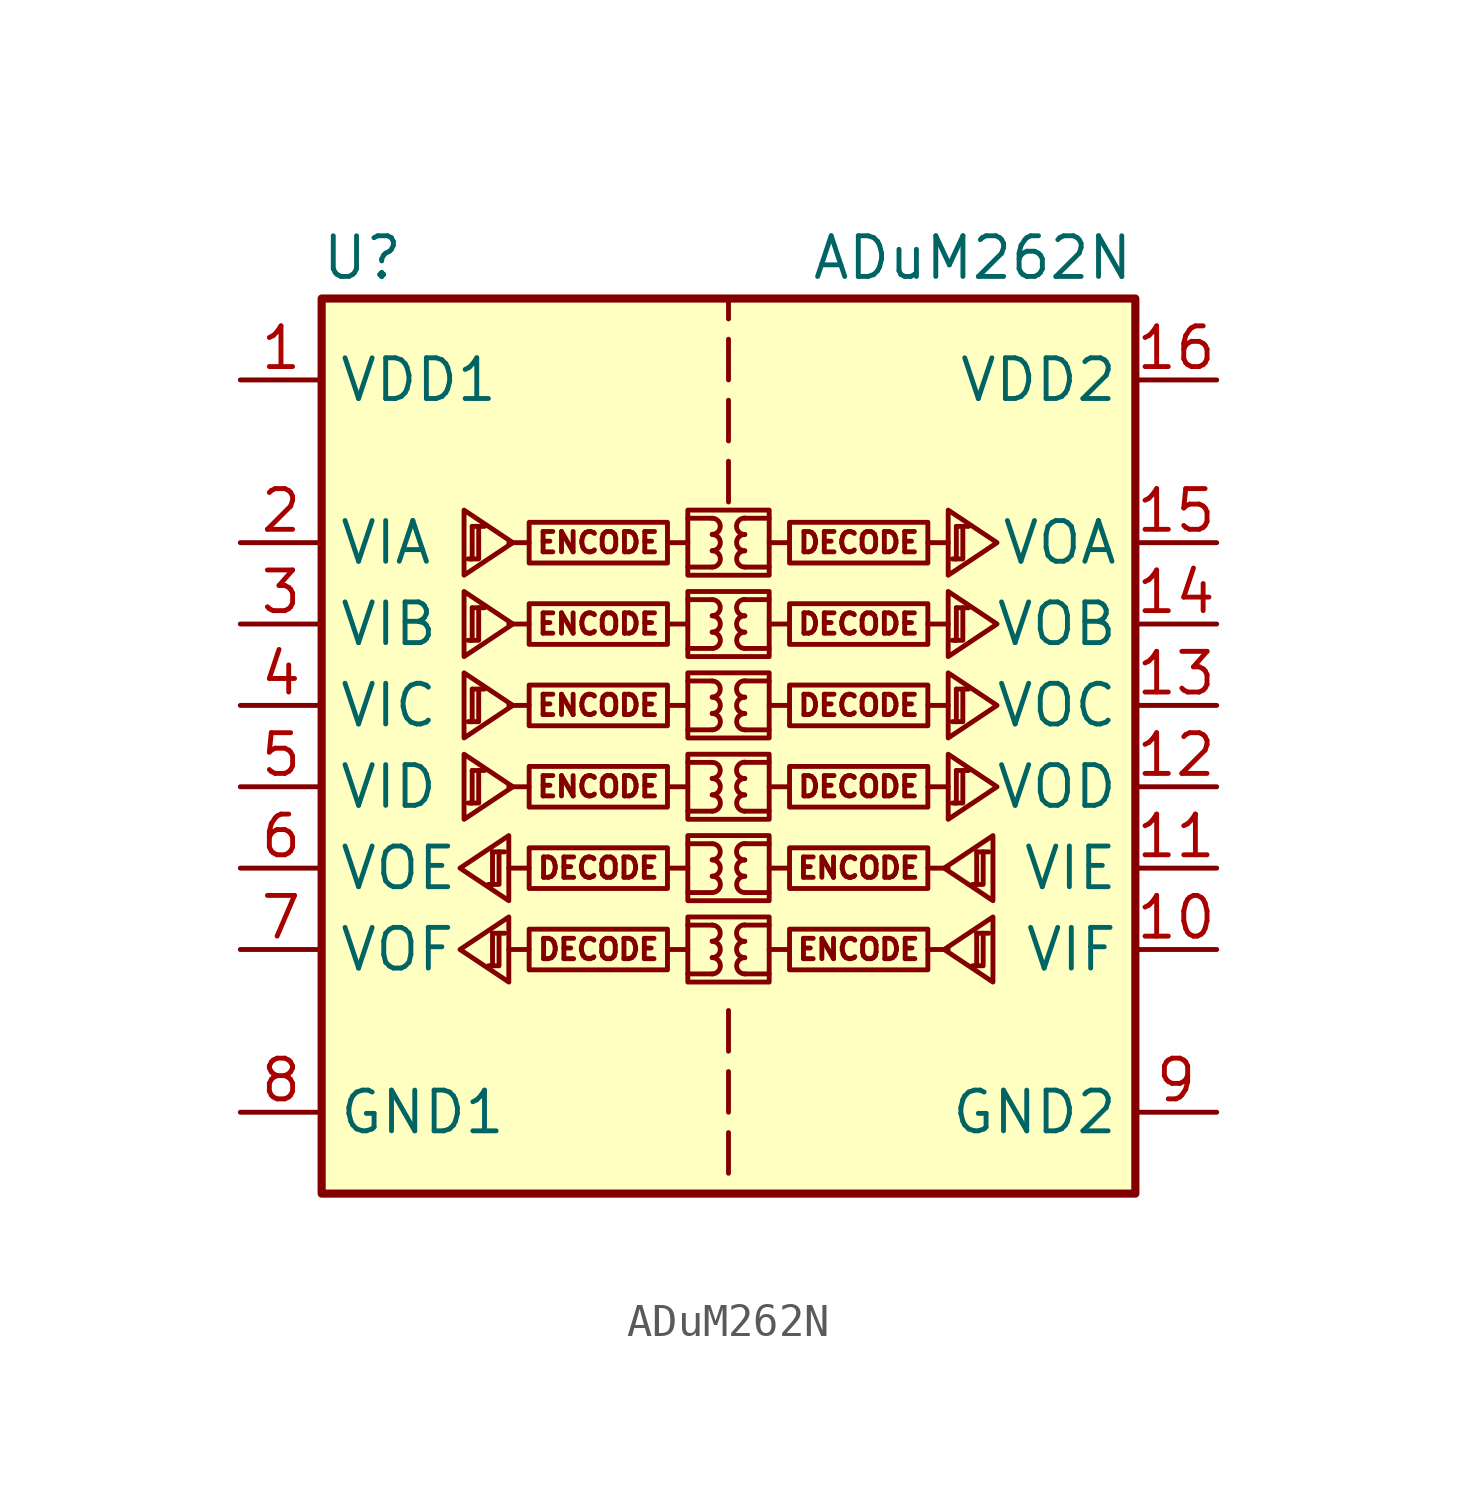
<source format=kicad_sym>
(kicad_symbol_lib
  (version 20201005)
  (generator kicad_symbol_editor)
  (symbol "ADuM262N"
    (property "Reference" "U"
      (at -11.43 16.51 0)
      (effects (font (size 1.27 1.27))))
    (property "Value" "ADuM262N"
      (at 7.62 16.51 0)
      (effects (font (size 1.27 1.27))))
    (symbol "ADuM262N_1_0"
      (arc (start -0.508 -5.842) (end -0.508 -5.334) (radius (at -0.508 -5.588) (length 0.254) (angles -89.9 89.9)) (stroke (width 0)) (fill (type none)))
      (arc (start -0.508 -5.334) (end -0.508 -4.826) (radius (at -0.508 -5.08) (length 0.254) (angles -89.9 89.9)) (stroke (width 0)) (fill (type none)))
      (arc (start -0.508 -4.826) (end -0.508 -4.318) (radius (at -0.508 -4.572) (length 0.254) (angles -89.9 89.9)) (stroke (width 0)) (fill (type none)))
      (arc (start -0.508 -3.302) (end -0.508 -2.794) (radius (at -0.508 -3.048) (length 0.254) (angles -89.9 89.9)) (stroke (width 0)) (fill (type none)))
      (arc (start -0.508 -2.794) (end -0.508 -2.286) (radius (at -0.508 -2.54) (length 0.254) (angles -89.9 89.9)) (stroke (width 0)) (fill (type none)))
      (arc (start -0.508 -2.286) (end -0.508 -1.778) (radius (at -0.508 -2.032) (length 0.254) (angles -89.9 89.9)) (stroke (width 0)) (fill (type none)))
      (arc (start -0.508 -0.762) (end -0.508 -0.254) (radius (at -0.508 -0.508) (length 0.254) (angles -89.9 89.9)) (stroke (width 0)) (fill (type none)))
      (arc (start -0.508 -0.254) (end -0.508 0.254) (radius (at -0.508 0) (length 0.254) (angles -89.9 89.9)) (stroke (width 0)) (fill (type none)))
      (arc (start -0.508 0.254) (end -0.508 0.762) (radius (at -0.508 0.508) (length 0.254) (angles -89.9 89.9)) (stroke (width 0)) (fill (type none)))
      (arc (start -0.508 1.778) (end -0.508 2.286) (radius (at -0.508 2.032) (length 0.254) (angles -89.9 89.9)) (stroke (width 0)) (fill (type none)))
      (arc (start -0.508 2.286) (end -0.508 2.794) (radius (at -0.508 2.54) (length 0.254) (angles -89.9 89.9)) (stroke (width 0)) (fill (type none)))
      (arc (start -0.508 2.794) (end -0.508 3.302) (radius (at -0.508 3.048) (length 0.254) (angles -89.9 89.9)) (stroke (width 0)) (fill (type none)))
      (arc (start -0.508 4.318) (end -0.508 4.826) (radius (at -0.508 4.572) (length 0.254) (angles -89.9 89.9)) (stroke (width 0)) (fill (type none)))
      (arc (start -0.508 4.826) (end -0.508 5.334) (radius (at -0.508 5.08) (length 0.254) (angles -89.9 89.9)) (stroke (width 0)) (fill (type none)))
      (arc (start -0.508 5.334) (end -0.508 5.842) (radius (at -0.508 5.588) (length 0.254) (angles -89.9 89.9)) (stroke (width 0)) (fill (type none)))
      (arc (start -0.508 6.858) (end -0.508 7.366) (radius (at -0.508 7.112) (length 0.254) (angles -89.9 89.9)) (stroke (width 0)) (fill (type none)))
      (arc (start -0.508 7.366) (end -0.508 7.874) (radius (at -0.508 7.62) (length 0.254) (angles -89.9 89.9)) (stroke (width 0)) (fill (type none)))
      (arc (start -0.508 7.874) (end -0.508 8.382) (radius (at -0.508 8.128) (length 0.254) (angles -89.9 89.9)) (stroke (width 0)) (fill (type none)))
      (arc (start 0.508 -5.334) (end 0.508 -5.842) (radius (at 0.508 -5.588) (length 0.254) (angles 90.1 -90.1)) (stroke (width 0)) (fill (type none)))
      (arc (start 0.508 -4.826) (end 0.508 -5.334) (radius (at 0.508 -5.08) (length 0.254) (angles 90.1 -90.1)) (stroke (width 0)) (fill (type none)))
      (arc (start 0.508 -4.318) (end 0.508 -4.826) (radius (at 0.508 -4.572) (length 0.254) (angles 90.1 -90.1)) (stroke (width 0)) (fill (type none)))
      (arc (start 0.508 -2.794) (end 0.508 -3.302) (radius (at 0.508 -3.048) (length 0.254) (angles 90.1 -90.1)) (stroke (width 0)) (fill (type none)))
      (arc (start 0.508 -2.286) (end 0.508 -2.794) (radius (at 0.508 -2.54) (length 0.254) (angles 90.1 -90.1)) (stroke (width 0)) (fill (type none)))
      (arc (start 0.508 -1.778) (end 0.508 -2.286) (radius (at 0.508 -2.032) (length 0.254) (angles 90.1 -90.1)) (stroke (width 0)) (fill (type none)))
      (arc (start 0.508 -0.254) (end 0.508 -0.762) (radius (at 0.508 -0.508) (length 0.254) (angles 90.1 -90.1)) (stroke (width 0)) (fill (type none)))
      (arc (start 0.508 0.254) (end 0.508 -0.254) (radius (at 0.508 0) (length 0.254) (angles 90.1 -90.1)) (stroke (width 0)) (fill (type none)))
      (arc (start 0.508 0.762) (end 0.508 0.254) (radius (at 0.508 0.508) (length 0.254) (angles 90.1 -90.1)) (stroke (width 0)) (fill (type none)))
      (arc (start 0.508 2.286) (end 0.508 1.778) (radius (at 0.508 2.032) (length 0.254) (angles 90.1 -90.1)) (stroke (width 0)) (fill (type none)))
      (arc (start 0.508 2.794) (end 0.508 2.286) (radius (at 0.508 2.54) (length 0.254) (angles 90.1 -90.1)) (stroke (width 0)) (fill (type none)))
      (arc (start 0.508 3.302) (end 0.508 2.794) (radius (at 0.508 3.048) (length 0.254) (angles 90.1 -90.1)) (stroke (width 0)) (fill (type none)))
      (arc (start 0.508 4.826) (end 0.508 4.318) (radius (at 0.508 4.572) (length 0.254) (angles 90.1 -90.1)) (stroke (width 0)) (fill (type none)))
      (arc (start 0.508 5.334) (end 0.508 4.826) (radius (at 0.508 5.08) (length 0.254) (angles 90.1 -90.1)) (stroke (width 0)) (fill (type none)))
      (arc (start 0.508 5.842) (end 0.508 5.334) (radius (at 0.508 5.588) (length 0.254) (angles 90.1 -90.1)) (stroke (width 0)) (fill (type none)))
      (arc (start 0.508 7.366) (end 0.508 6.858) (radius (at 0.508 7.112) (length 0.254) (angles 90.1 -90.1)) (stroke (width 0)) (fill (type none)))
      (arc (start 0.508 7.874) (end 0.508 7.366) (radius (at 0.508 7.62) (length 0.254) (angles 90.1 -90.1)) (stroke (width 0)) (fill (type none)))
      (arc (start 0.508 8.382) (end 0.508 7.874) (radius (at 0.508 8.128) (length 0.254) (angles 90.1 -90.1)) (stroke (width 0)) (fill (type none)))
      (text "DECODE" (at -4.064 -5.08 0) (effects (font (size 0.635 0.635))))
      (text "DECODE" (at -4.064 -2.54 0) (effects (font (size 0.635 0.635))))
      (text "DECODE" (at 4.064 0 0) (effects (font (size 0.635 0.635))))
      (text "DECODE" (at 4.064 2.54 0) (effects (font (size 0.635 0.635))))
      (text "DECODE" (at 4.064 5.08 0) (effects (font (size 0.635 0.635))))
      (text "DECODE" (at 4.064 7.62 0) (effects (font (size 0.635 0.635))))
      (text "ENCODE" (at -4.064 0 0) (effects (font (size 0.635 0.635))))
      (text "ENCODE" (at -4.064 2.54 0) (effects (font (size 0.635 0.635))))
      (text "ENCODE" (at -4.064 5.08 0) (effects (font (size 0.635 0.635))))
      (text "ENCODE" (at -4.064 7.62 0) (effects (font (size 0.635 0.635))))
      (text "ENCODE" (at 4.064 -5.08 0) (effects (font (size 0.635 0.635))))
      (text "ENCODE" (at 4.064 -2.54 0) (effects (font (size 0.635 0.635))))
      (rectangle (start -1.27 -4.064) (end 1.27 -6.096) (stroke (width 0)) (fill (type none)))
      (rectangle (start -1.27 -1.524) (end 1.27 -3.556) (stroke (width 0)) (fill (type none)))
      (rectangle (start -1.27 1.016) (end 1.27 -1.016) (stroke (width 0)) (fill (type none)))
      (rectangle (start -1.27 3.556) (end 1.27 1.524) (stroke (width 0)) (fill (type none)))
      (rectangle (start -1.27 6.096) (end 1.27 4.064) (stroke (width 0)) (fill (type none)))
      (rectangle (start -1.27 8.636) (end 1.27 6.604) (stroke (width 0)) (fill (type none)))
      (rectangle (start 1.905 -4.445) (end 6.223 -5.715) (stroke (width 0)) (fill (type none)))
      (rectangle (start 1.905 -1.905) (end 6.223 -3.175) (stroke (width 0)) (fill (type none)))
      (rectangle (start 1.905 0.635) (end 6.223 -0.635) (stroke (width 0)) (fill (type none)))
      (rectangle (start 1.905 3.175) (end 6.223 1.905) (stroke (width 0)) (fill (type none)))
      (rectangle (start 1.905 5.715) (end 6.223 4.445) (stroke (width 0)) (fill (type none)))
      (rectangle (start 1.905 8.255) (end 6.223 6.985) (stroke (width 0)) (fill (type none)))
      (polyline (pts (xy -6.223 -5.08) (xy -6.858 -5.08)) (stroke (width 0)) (fill (type none)))
      (polyline (pts (xy -6.223 -2.54) (xy -6.858 -2.54)) (stroke (width 0)) (fill (type none)))
      (polyline (pts (xy -6.223 0) (xy -6.858 0)) (stroke (width 0)) (fill (type none)))
      (polyline (pts (xy -6.223 2.54) (xy -6.858 2.54)) (stroke (width 0)) (fill (type none)))
      (polyline (pts (xy -6.223 5.08) (xy -6.858 5.08)) (stroke (width 0)) (fill (type none)))
      (polyline (pts (xy -6.223 7.62) (xy -6.858 7.62)) (stroke (width 0)) (fill (type none)))
      (polyline (pts (xy -1.905 -5.08) (xy -1.27 -5.08)) (stroke (width 0)) (fill (type none)))
      (polyline (pts (xy -1.905 -2.54) (xy -1.27 -2.54)) (stroke (width 0)) (fill (type none)))
      (polyline (pts (xy -1.905 0) (xy -1.27 0)) (stroke (width 0)) (fill (type none)))
      (polyline (pts (xy -1.905 2.54) (xy -1.27 2.54)) (stroke (width 0)) (fill (type none)))
      (polyline (pts (xy -1.905 5.08) (xy -1.27 5.08)) (stroke (width 0)) (fill (type none)))
      (polyline (pts (xy -1.905 7.62) (xy -1.27 7.62)) (stroke (width 0)) (fill (type none)))
      (polyline (pts (xy -1.27 -5.842) (xy -0.508 -5.842)) (stroke (width 0)) (fill (type none)))
      (polyline (pts (xy -1.27 -4.318) (xy -0.508 -4.318)) (stroke (width 0)) (fill (type none)))
      (polyline (pts (xy -1.27 -3.302) (xy -0.508 -3.302)) (stroke (width 0)) (fill (type none)))
      (polyline (pts (xy -1.27 -1.778) (xy -0.508 -1.778)) (stroke (width 0)) (fill (type none)))
      (polyline (pts (xy -1.27 -0.762) (xy -0.508 -0.762)) (stroke (width 0)) (fill (type none)))
      (polyline (pts (xy -1.27 0.762) (xy -0.508 0.762)) (stroke (width 0)) (fill (type none)))
      (polyline (pts (xy -1.27 1.778) (xy -0.508 1.778)) (stroke (width 0)) (fill (type none)))
      (polyline (pts (xy -1.27 3.302) (xy -0.508 3.302)) (stroke (width 0)) (fill (type none)))
      (polyline (pts (xy -1.27 4.318) (xy -0.508 4.318)) (stroke (width 0)) (fill (type none)))
      (polyline (pts (xy -1.27 5.842) (xy -0.508 5.842)) (stroke (width 0)) (fill (type none)))
      (polyline (pts (xy -1.27 6.858) (xy -0.508 6.858)) (stroke (width 0)) (fill (type none)))
      (polyline (pts (xy -1.27 8.382) (xy -0.508 8.382)) (stroke (width 0)) (fill (type none)))
      (polyline (pts (xy 0 -10.795) (xy 0 -12.065)) (stroke (width 0)) (fill (type none)))
      (polyline (pts (xy 0 -8.89) (xy 0 -10.16)) (stroke (width 0)) (fill (type none)))
      (polyline (pts (xy 0 -6.985) (xy 0 -8.255)) (stroke (width 0)) (fill (type none)))
      (polyline (pts (xy 0 8.89) (xy 0 10.16)) (stroke (width 0)) (fill (type none)))
      (polyline (pts (xy 0 10.795) (xy 0 12.065)) (stroke (width 0)) (fill (type none)))
      (polyline (pts (xy 0 12.7) (xy 0 13.97)) (stroke (width 0)) (fill (type none)))
      (polyline (pts (xy 0 15.24) (xy 0 14.605)) (stroke (width 0)) (fill (type none)))
      (polyline (pts (xy 1.27 -5.842) (xy 0.508 -5.842)) (stroke (width 0)) (fill (type none)))
      (polyline (pts (xy 1.27 -4.318) (xy 0.508 -4.318)) (stroke (width 0)) (fill (type none)))
      (polyline (pts (xy 1.27 -3.302) (xy 0.508 -3.302)) (stroke (width 0)) (fill (type none)))
      (polyline (pts (xy 1.27 -1.778) (xy 0.508 -1.778)) (stroke (width 0)) (fill (type none)))
      (polyline (pts (xy 1.27 -0.762) (xy 0.508 -0.762)) (stroke (width 0)) (fill (type none)))
      (polyline (pts (xy 1.27 0.762) (xy 0.508 0.762)) (stroke (width 0)) (fill (type none)))
      (polyline (pts (xy 1.27 1.778) (xy 0.508 1.778)) (stroke (width 0)) (fill (type none)))
      (polyline (pts (xy 1.27 3.302) (xy 0.508 3.302)) (stroke (width 0)) (fill (type none)))
      (polyline (pts (xy 1.27 4.318) (xy 0.508 4.318)) (stroke (width 0)) (fill (type none)))
      (polyline (pts (xy 1.27 5.842) (xy 0.508 5.842)) (stroke (width 0)) (fill (type none)))
      (polyline (pts (xy 1.27 6.858) (xy 0.508 6.858)) (stroke (width 0)) (fill (type none)))
      (polyline (pts (xy 1.27 8.382) (xy 0.508 8.382)) (stroke (width 0)) (fill (type none)))
      (polyline (pts (xy 1.905 -5.08) (xy 1.27 -5.08)) (stroke (width 0)) (fill (type none)))
      (polyline (pts (xy 1.905 -2.54) (xy 1.27 -2.54)) (stroke (width 0)) (fill (type none)))
      (polyline (pts (xy 1.905 0) (xy 1.27 0)) (stroke (width 0)) (fill (type none)))
      (polyline (pts (xy 1.905 2.54) (xy 1.27 2.54)) (stroke (width 0)) (fill (type none)))
      (polyline (pts (xy 1.905 5.08) (xy 1.27 5.08)) (stroke (width 0)) (fill (type none)))
      (polyline (pts (xy 1.905 7.62) (xy 1.27 7.62)) (stroke (width 0)) (fill (type none)))
      (polyline (pts (xy 6.223 -5.08) (xy 6.858 -5.08)) (stroke (width 0)) (fill (type none)))
      (polyline (pts (xy 6.223 -2.54) (xy 6.858 -2.54)) (stroke (width 0)) (fill (type none)))
      (polyline (pts (xy 6.223 0) (xy 6.858 0)) (stroke (width 0)) (fill (type none)))
      (polyline (pts (xy 6.223 2.54) (xy 6.858 2.54)) (stroke (width 0)) (fill (type none)))
      (polyline (pts (xy 6.223 5.08) (xy 6.858 5.08)) (stroke (width 0)) (fill (type none)))
      (polyline (pts (xy 6.223 7.62) (xy 6.858 7.62)) (stroke (width 0)) (fill (type none))))
    (symbol "ADuM262N_1_1"
      (rectangle (start -1.905 -4.445) (end -6.223 -5.715) (stroke (width 0)) (fill (type none)))
      (rectangle (start -1.905 -1.905) (end -6.223 -3.175) (stroke (width 0)) (fill (type none)))
      (rectangle (start -1.905 0.635) (end -6.223 -0.635) (stroke (width 0)) (fill (type none)))
      (rectangle (start -1.905 3.175) (end -6.223 1.905) (stroke (width 0)) (fill (type none)))
      (rectangle (start -1.905 5.715) (end -6.223 4.445) (stroke (width 0)) (fill (type none)))
      (rectangle (start -1.905 8.255) (end -6.223 6.985) (stroke (width 0)) (fill (type none)))
      (rectangle (start -12.7 15.24) (end 12.7 -12.7) (stroke (width 0.254)) (fill (type background)))
      (polyline (pts (xy -8.001 0.508) (xy -7.62 0.508)) (stroke (width 0)) (fill (type none)))
      (polyline (pts (xy -8.001 3.048) (xy -7.62 3.048)) (stroke (width 0)) (fill (type none)))
      (polyline (pts (xy -8.001 5.588) (xy -7.62 5.588)) (stroke (width 0)) (fill (type none)))
      (polyline (pts (xy -8.001 8.128) (xy -7.62 8.128)) (stroke (width 0)) (fill (type none)))
      (polyline (pts (xy -7.366 -4.572) (xy -6.985 -4.572)) (stroke (width 0)) (fill (type none)))
      (polyline (pts (xy -7.366 -2.032) (xy -6.985 -2.032)) (stroke (width 0)) (fill (type none)))
      (polyline (pts (xy 7.112 0.508) (xy 7.493 0.508)) (stroke (width 0)) (fill (type none)))
      (polyline (pts (xy 7.112 3.048) (xy 7.493 3.048)) (stroke (width 0)) (fill (type none)))
      (polyline (pts (xy 7.112 5.588) (xy 7.493 5.588)) (stroke (width 0)) (fill (type none)))
      (polyline (pts (xy 7.112 8.128) (xy 7.493 8.128)) (stroke (width 0)) (fill (type none)))
      (polyline (pts (xy 7.747 -4.572) (xy 8.128 -4.572)) (stroke (width 0)) (fill (type none)))
      (polyline (pts (xy 7.747 -2.032) (xy 8.128 -2.032)) (stroke (width 0)) (fill (type none)))
      (polyline (pts (xy -8.052 -0.508) (xy -7.798 -0.508) (xy -7.798 0.508)) (stroke (width 0)) (fill (type none)))
      (polyline (pts (xy -8.052 2.032) (xy -7.798 2.032) (xy -7.798 3.048)) (stroke (width 0)) (fill (type none)))
      (polyline (pts (xy -8.052 4.572) (xy -7.798 4.572) (xy -7.798 5.588)) (stroke (width 0)) (fill (type none)))
      (polyline (pts (xy -8.052 7.112) (xy -7.798 7.112) (xy -7.798 8.128)) (stroke (width 0)) (fill (type none)))
      (polyline (pts (xy -8.001 0.508) (xy -8.001 -0.508) (xy -8.128 -0.508)) (stroke (width 0)) (fill (type none)))
      (polyline (pts (xy -8.001 3.048) (xy -8.001 2.032) (xy -8.128 2.032)) (stroke (width 0)) (fill (type none)))
      (polyline (pts (xy -8.001 5.588) (xy -8.001 4.572) (xy -8.128 4.572)) (stroke (width 0)) (fill (type none)))
      (polyline (pts (xy -8.001 8.128) (xy -8.001 7.112) (xy -8.128 7.112)) (stroke (width 0)) (fill (type none)))
      (polyline (pts (xy -7.417 -5.588) (xy -7.163 -5.588) (xy -7.163 -4.572)) (stroke (width 0)) (fill (type none)))
      (polyline (pts (xy -7.417 -3.048) (xy -7.163 -3.048) (xy -7.163 -2.032)) (stroke (width 0)) (fill (type none)))
      (polyline (pts (xy -7.366 -4.572) (xy -7.366 -5.588) (xy -7.493 -5.588)) (stroke (width 0)) (fill (type none)))
      (polyline (pts (xy -7.366 -2.032) (xy -7.366 -3.048) (xy -7.493 -3.048)) (stroke (width 0)) (fill (type none)))
      (polyline (pts (xy 7.061 -0.508) (xy 7.315 -0.508) (xy 7.315 0.508)) (stroke (width 0)) (fill (type none)))
      (polyline (pts (xy 7.061 2.032) (xy 7.315 2.032) (xy 7.315 3.048)) (stroke (width 0)) (fill (type none)))
      (polyline (pts (xy 7.061 4.572) (xy 7.315 4.572) (xy 7.315 5.588)) (stroke (width 0)) (fill (type none)))
      (polyline (pts (xy 7.061 7.112) (xy 7.315 7.112) (xy 7.315 8.128)) (stroke (width 0)) (fill (type none)))
      (polyline (pts (xy 7.112 0.508) (xy 7.112 -0.508) (xy 6.985 -0.508)) (stroke (width 0)) (fill (type none)))
      (polyline (pts (xy 7.112 3.048) (xy 7.112 2.032) (xy 6.985 2.032)) (stroke (width 0)) (fill (type none)))
      (polyline (pts (xy 7.112 5.588) (xy 7.112 4.572) (xy 6.985 4.572)) (stroke (width 0)) (fill (type none)))
      (polyline (pts (xy 7.112 8.128) (xy 7.112 7.112) (xy 6.985 7.112)) (stroke (width 0)) (fill (type none)))
      (polyline (pts (xy 7.696 -5.588) (xy 7.95 -5.588) (xy 7.95 -4.572)) (stroke (width 0)) (fill (type none)))
      (polyline (pts (xy 7.696 -3.048) (xy 7.95 -3.048) (xy 7.95 -2.032)) (stroke (width 0)) (fill (type none)))
      (polyline (pts (xy 7.747 -4.572) (xy 7.747 -5.588) (xy 7.62 -5.588)) (stroke (width 0)) (fill (type none)))
      (polyline (pts (xy 7.747 -2.032) (xy 7.747 -3.048) (xy 7.62 -3.048)) (stroke (width 0)) (fill (type none)))
      (polyline (pts (xy -8.382 -5.08) (xy -6.858 -4.064) (xy -6.858 -6.096) (xy -8.382 -5.08)) (stroke (width 0)) (fill (type none)))
      (polyline (pts (xy -8.382 -2.54) (xy -6.858 -1.524) (xy -6.858 -3.556) (xy -8.382 -2.54)) (stroke (width 0)) (fill (type none)))
      (polyline (pts (xy -6.731 0) (xy -8.255 1.016) (xy -8.255 -1.016) (xy -6.731 0)) (stroke (width 0)) (fill (type none)))
      (polyline (pts (xy -6.731 2.54) (xy -8.255 3.556) (xy -8.255 1.524) (xy -6.731 2.54)) (stroke (width 0)) (fill (type none)))
      (polyline (pts (xy -6.731 5.08) (xy -8.255 6.096) (xy -8.255 4.064) (xy -6.731 5.08)) (stroke (width 0)) (fill (type none)))
      (polyline (pts (xy -6.731 7.62) (xy -8.255 8.636) (xy -8.255 6.604) (xy -6.731 7.62)) (stroke (width 0)) (fill (type none)))
      (polyline (pts (xy 6.731 -5.08) (xy 8.255 -4.064) (xy 8.255 -6.096) (xy 6.731 -5.08)) (stroke (width 0)) (fill (type none)))
      (polyline (pts (xy 6.731 -2.54) (xy 8.255 -1.524) (xy 8.255 -3.556) (xy 6.731 -2.54)) (stroke (width 0)) (fill (type none)))
      (polyline (pts (xy 8.382 0) (xy 6.858 1.016) (xy 6.858 -1.016) (xy 8.382 0)) (stroke (width 0)) (fill (type none)))
      (polyline (pts (xy 8.382 2.54) (xy 6.858 3.556) (xy 6.858 1.524) (xy 8.382 2.54)) (stroke (width 0)) (fill (type none)))
      (polyline (pts (xy 8.382 5.08) (xy 6.858 6.096) (xy 6.858 4.064) (xy 8.382 5.08)) (stroke (width 0)) (fill (type none)))
      (polyline (pts (xy 8.382 7.62) (xy 6.858 8.636) (xy 6.858 6.604) (xy 8.382 7.62)) (stroke (width 0)) (fill (type none)))
      (pin power_in line (at -15.24 12.7 0) (length 2.54) (name "VDD1" (effects (font (size 1.27 1.27)))) (number "1" (effects (font (size 1.27 1.27)))))
      (pin input line (at 15.24 -5.08 180) (length 2.54) (name "VIF" (effects (font (size 1.27 1.27)))) (number "10" (effects (font (size 1.27 1.27)))))
      (pin input line (at 15.24 -2.54 180) (length 2.54) (name "VIE" (effects (font (size 1.27 1.27)))) (number "11" (effects (font (size 1.27 1.27)))))
      (pin output line (at 15.24 0 180) (length 2.54) (name "VOD" (effects (font (size 1.27 1.27)))) (number "12" (effects (font (size 1.27 1.27)))))
      (pin output line (at 15.24 2.54 180) (length 2.54) (name "VOC" (effects (font (size 1.27 1.27)))) (number "13" (effects (font (size 1.27 1.27)))))
      (pin output line (at 15.24 5.08 180) (length 2.54) (name "VOB" (effects (font (size 1.27 1.27)))) (number "14" (effects (font (size 1.27 1.27)))))
      (pin output line (at 15.24 7.62 180) (length 2.54) (name "VOA" (effects (font (size 1.27 1.27)))) (number "15" (effects (font (size 1.27 1.27)))))
      (pin power_in line (at 15.24 12.7 180) (length 2.54) (name "VDD2" (effects (font (size 1.27 1.27)))) (number "16" (effects (font (size 1.27 1.27)))))
      (pin input line (at -15.24 7.62 0) (length 2.54) (name "VIA" (effects (font (size 1.27 1.27)))) (number "2" (effects (font (size 1.27 1.27)))))
      (pin input line (at -15.24 5.08 0) (length 2.54) (name "VIB" (effects (font (size 1.27 1.27)))) (number "3" (effects (font (size 1.27 1.27)))))
      (pin input line (at -15.24 2.54 0) (length 2.54) (name "VIC" (effects (font (size 1.27 1.27)))) (number "4" (effects (font (size 1.27 1.27)))))
      (pin input line (at -15.24 0 0) (length 2.54) (name "VID" (effects (font (size 1.27 1.27)))) (number "5" (effects (font (size 1.27 1.27)))))
      (pin output line (at -15.24 -2.54 0) (length 2.54) (name "VOE" (effects (font (size 1.27 1.27)))) (number "6" (effects (font (size 1.27 1.27)))))
      (pin output line (at -15.24 -5.08 0) (length 2.54) (name "VOF" (effects (font (size 1.27 1.27)))) (number "7" (effects (font (size 1.27 1.27)))))
      (pin power_in line (at -15.24 -10.16 0) (length 2.54) (name "GND1" (effects (font (size 1.27 1.27)))) (number "8" (effects (font (size 1.27 1.27)))))
      (pin power_in line (at 15.24 -10.16 180) (length 2.54) (name "GND2" (effects (font (size 1.27 1.27)))) (number "9" (effects (font (size 1.27 1.27))))))))
</source>
